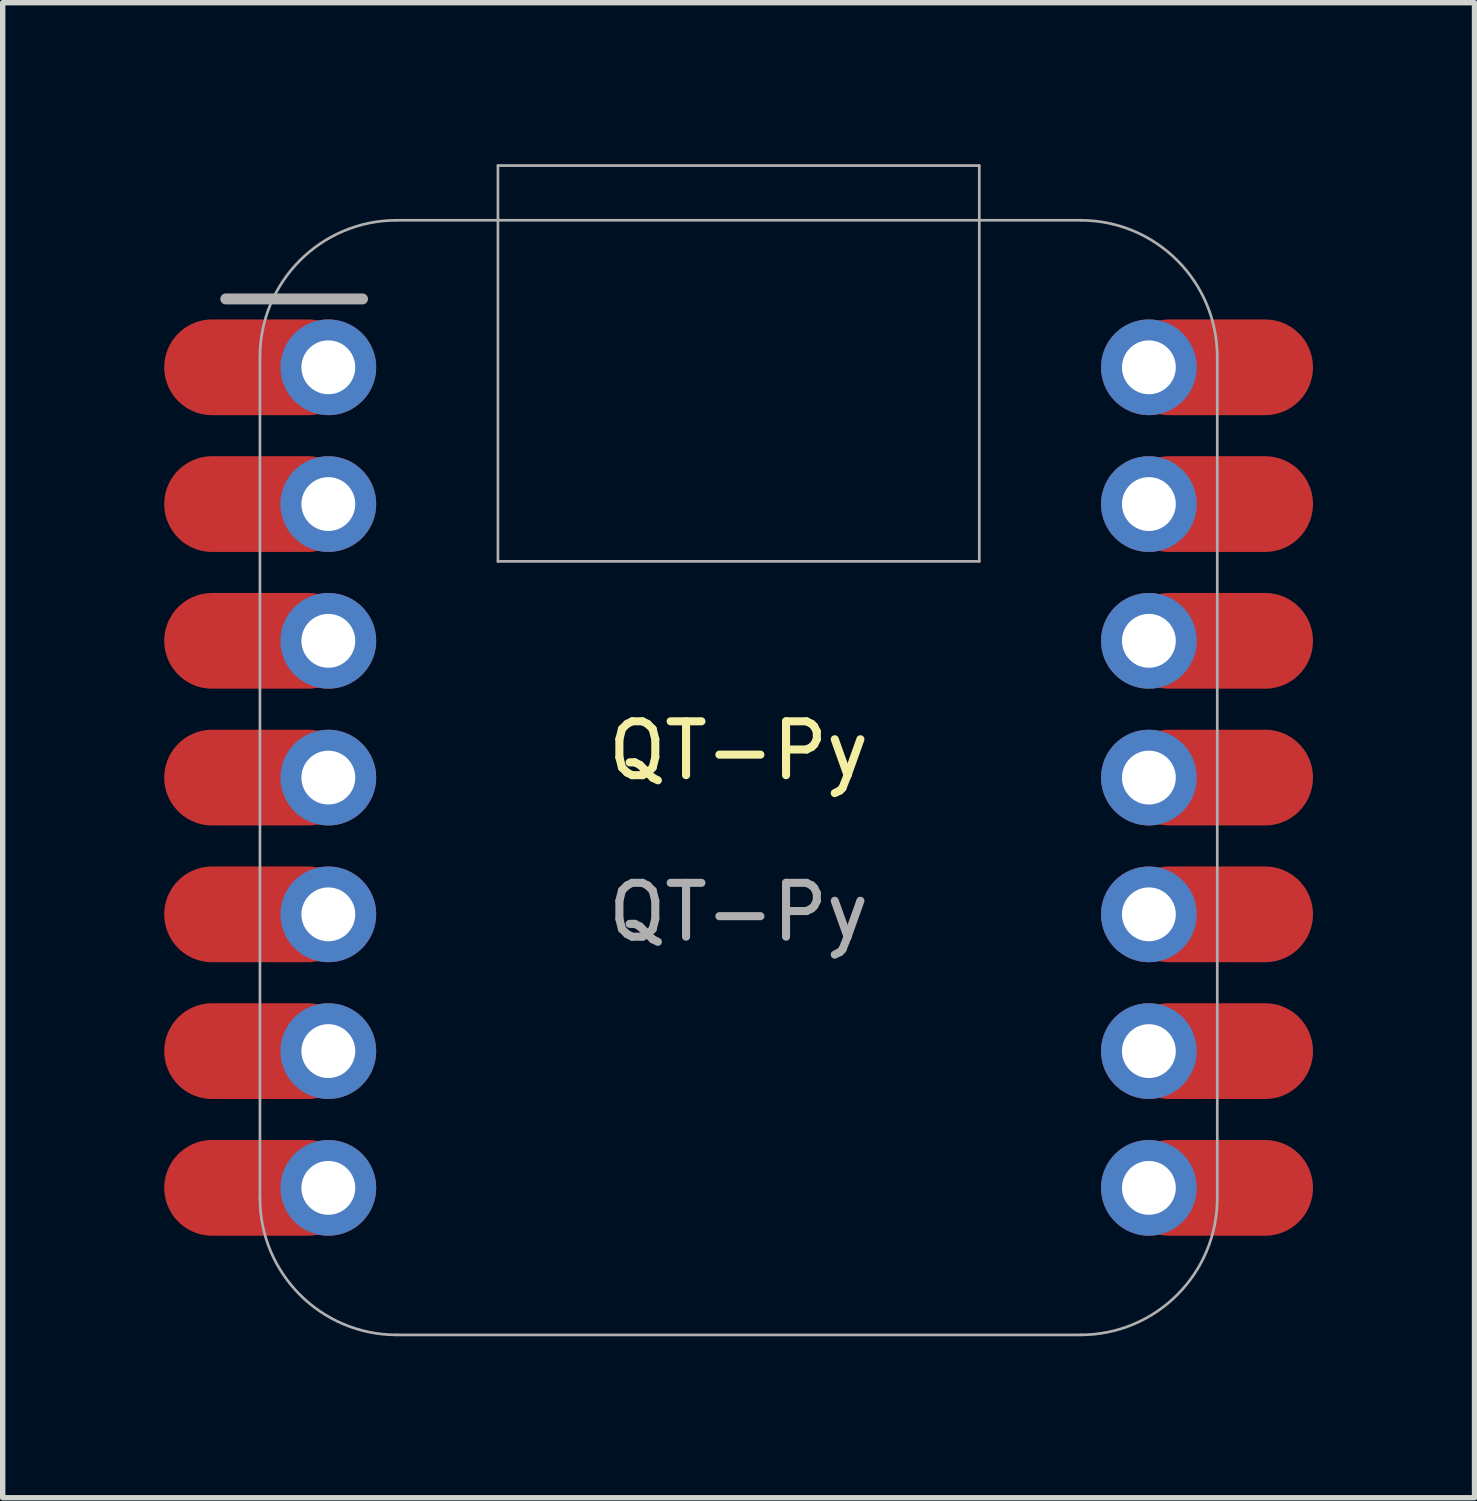
<source format=kicad_pcb>
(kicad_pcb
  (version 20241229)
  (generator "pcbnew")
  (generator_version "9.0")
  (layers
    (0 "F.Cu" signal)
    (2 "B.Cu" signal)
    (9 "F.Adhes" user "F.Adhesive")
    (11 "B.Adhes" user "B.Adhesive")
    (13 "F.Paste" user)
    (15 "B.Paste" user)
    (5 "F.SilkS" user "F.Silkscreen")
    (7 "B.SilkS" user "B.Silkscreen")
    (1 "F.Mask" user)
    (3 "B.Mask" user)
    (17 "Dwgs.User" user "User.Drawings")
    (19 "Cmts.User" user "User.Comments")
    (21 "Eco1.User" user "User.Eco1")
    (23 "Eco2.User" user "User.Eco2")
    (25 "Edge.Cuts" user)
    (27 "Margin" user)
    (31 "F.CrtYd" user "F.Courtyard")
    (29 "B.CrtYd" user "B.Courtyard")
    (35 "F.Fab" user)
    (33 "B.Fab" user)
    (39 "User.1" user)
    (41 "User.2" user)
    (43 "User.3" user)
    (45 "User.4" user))
  (footprint "QT-Py"
    (layer "F.Cu")
    (at 10.668 11.392)
    (property "Reference" "QT-Py" (at 0 -0.5 0) (unlocked yes) (layer "F.SilkS") (effects (font (size 1 1) (thickness 0.15))))
    (attr through_hole)
    (fp_line (start -8.89 7.811) (end -8.89 -7.811) (stroke (width 0.05) (type solid)) (layer "F.Fab"))
    (fp_line (start -6.985 -8.89) (end -9.525 -8.89) (stroke (width 0.203) (type solid)) (layer "F.Fab"))
    (fp_line (start -6.35 -10.351) (end 6.35 -10.351) (stroke (width 0.05) (type solid)) (layer "F.Fab"))
    (fp_line (start -4.47 -11.367) (end 4.47 -11.367) (stroke (width 0.05) (type solid)) (layer "F.Fab"))
    (fp_line (start -4.47 -4.016) (end -4.47 -11.367) (stroke (width 0.05) (type solid)) (layer "F.Fab"))
    (fp_line (start -4.47 -4.016) (end 4.47 -4.016) (stroke (width 0.05) (type solid)) (layer "F.Fab"))
    (fp_line (start 4.47 -11.367) (end 4.47 -4.016) (stroke (width 0.05) (type solid)) (layer "F.Fab"))
    (fp_line (start 6.35 10.351) (end -6.35 10.351) (stroke (width 0.05) (type solid)) (layer "F.Fab"))
    (fp_line (start 8.89 -7.811) (end 8.89 7.811) (stroke (width 0.05) (type solid)) (layer "F.Fab"))
    (fp_arc (start -8.89 -7.8105) (mid -8.146051 -9.606551) (end -6.35 -10.3505) (stroke (width 0.05) (type solid)) (layer "F.Fab"))
    (fp_arc (start -6.35 10.3505) (mid -8.146051 9.606551) (end -8.89 7.8105) (stroke (width 0.05) (type solid)) (layer "F.Fab"))
    (fp_arc (start 6.35 -10.3505) (mid 8.146051 -9.606551) (end 8.89 -7.8105) (stroke (width 0.05) (type solid)) (layer "F.Fab"))
    (fp_arc (start 8.89 7.8105) (mid 8.146051 9.606551) (end 6.35 10.3505) (stroke (width 0.05) (type solid)) (layer "F.Fab"))
    (fp_text user "${REFERENCE}" (at 0 2.5 0) (unlocked yes) (layer "F.Fab") (effects (font (size 1 1) (thickness 0.15))))
    (pad "1" smd oval (at -8.89 -7.62) (size 3.556 1.778) (layers "F.Cu" "F.Mask" "F.Paste"))
    (pad "1" thru_hole circle (at -7.62 -7.62) (size 1.778 1.778) (drill 1) (layers "*.Cu" "*.Mask"))
    (pad "2" smd oval (at -8.89 -5.08) (size 3.556 1.778) (layers "F.Cu" "F.Mask" "F.Paste"))
    (pad "2" thru_hole circle (at -7.62 -5.08) (size 1.778 1.778) (drill 1) (layers "*.Cu" "*.Mask"))
    (pad "3" smd oval (at -8.89 -2.54) (size 3.556 1.778) (layers "F.Cu" "F.Mask" "F.Paste"))
    (pad "3" thru_hole circle (at -7.62 -2.54) (size 1.778 1.778) (drill 1) (layers "*.Cu" "*.Mask"))
    (pad "4" smd oval (at -8.89 0) (size 3.556 1.778) (layers "F.Cu" "F.Mask" "F.Paste"))
    (pad "4" thru_hole circle (at -7.62 0) (size 1.778 1.778) (drill 1) (layers "*.Cu" "*.Mask"))
    (pad "5" smd oval (at -8.89 2.54) (size 3.556 1.778) (layers "F.Cu" "F.Mask" "F.Paste"))
    (pad "5" thru_hole circle (at -7.62 2.54) (size 1.778 1.778) (drill 1) (layers "*.Cu" "*.Mask"))
    (pad "6" smd oval (at -8.89 5.08) (size 3.556 1.778) (layers "F.Cu" "F.Mask" "F.Paste"))
    (pad "6" thru_hole circle (at -7.62 5.08) (size 1.778 1.778) (drill 1) (layers "*.Cu" "*.Mask"))
    (pad "7" smd oval (at -8.89 7.62) (size 3.556 1.778) (layers "F.Cu" "F.Mask" "F.Paste"))
    (pad "7" thru_hole circle (at -7.62 7.62) (size 1.778 1.778) (drill 1) (layers "*.Cu" "*.Mask"))
    (pad "8" thru_hole circle (at 7.62 7.62 180) (size 1.778 1.778) (drill 1) (layers "*.Cu" "*.Mask"))
    (pad "8" smd oval (at 8.89 7.62 180) (size 3.556 1.778) (layers "F.Cu" "F.Mask" "F.Paste"))
    (pad "9" thru_hole circle (at 7.62 5.08 180) (size 1.778 1.778) (drill 1) (layers "*.Cu" "*.Mask"))
    (pad "9" smd oval (at 8.89 5.08 180) (size 3.556 1.778) (layers "F.Cu" "F.Mask" "F.Paste"))
    (pad "10" thru_hole circle (at 7.62 2.54 180) (size 1.778 1.778) (drill 1) (layers "*.Cu" "*.Mask"))
    (pad "10" smd oval (at 8.89 2.54 180) (size 3.556 1.778) (layers "F.Cu" "F.Mask" "F.Paste"))
    (pad "11" thru_hole circle (at 7.62 0 180) (size 1.778 1.778) (drill 1) (layers "*.Cu" "*.Mask"))
    (pad "11" smd oval (at 8.89 0 180) (size 3.556 1.778) (layers "F.Cu" "F.Mask" "F.Paste"))
    (pad "12" thru_hole circle (at 7.62 -2.54 180) (size 1.778 1.778) (drill 1) (layers "*.Cu" "*.Mask"))
    (pad "12" smd oval (at 8.89 -2.54 180) (size 3.556 1.778) (layers "F.Cu" "F.Mask" "F.Paste"))
    (pad "13" thru_hole circle (at 7.62 -5.08 180) (size 1.778 1.778) (drill 1) (layers "*.Cu" "*.Mask"))
    (pad "13" smd oval (at 8.89 -5.08 180) (size 3.556 1.778) (layers "F.Cu" "F.Mask" "F.Paste"))
    (pad "14" thru_hole circle (at 7.62 -7.62 180) (size 1.778 1.778) (drill 1) (layers "*.Cu" "*.Mask"))
    (pad "14" smd oval (at 8.89 -7.62 180) (size 3.556 1.778) (layers "F.Cu" "F.Mask" "F.Paste")))
  (gr_rect
    (start -3 -3)
    (end 24.336 24.767)
    (stroke (width 0.1) (type default))
    (fill no)
    (layer "Edge.Cuts")))
</source>
